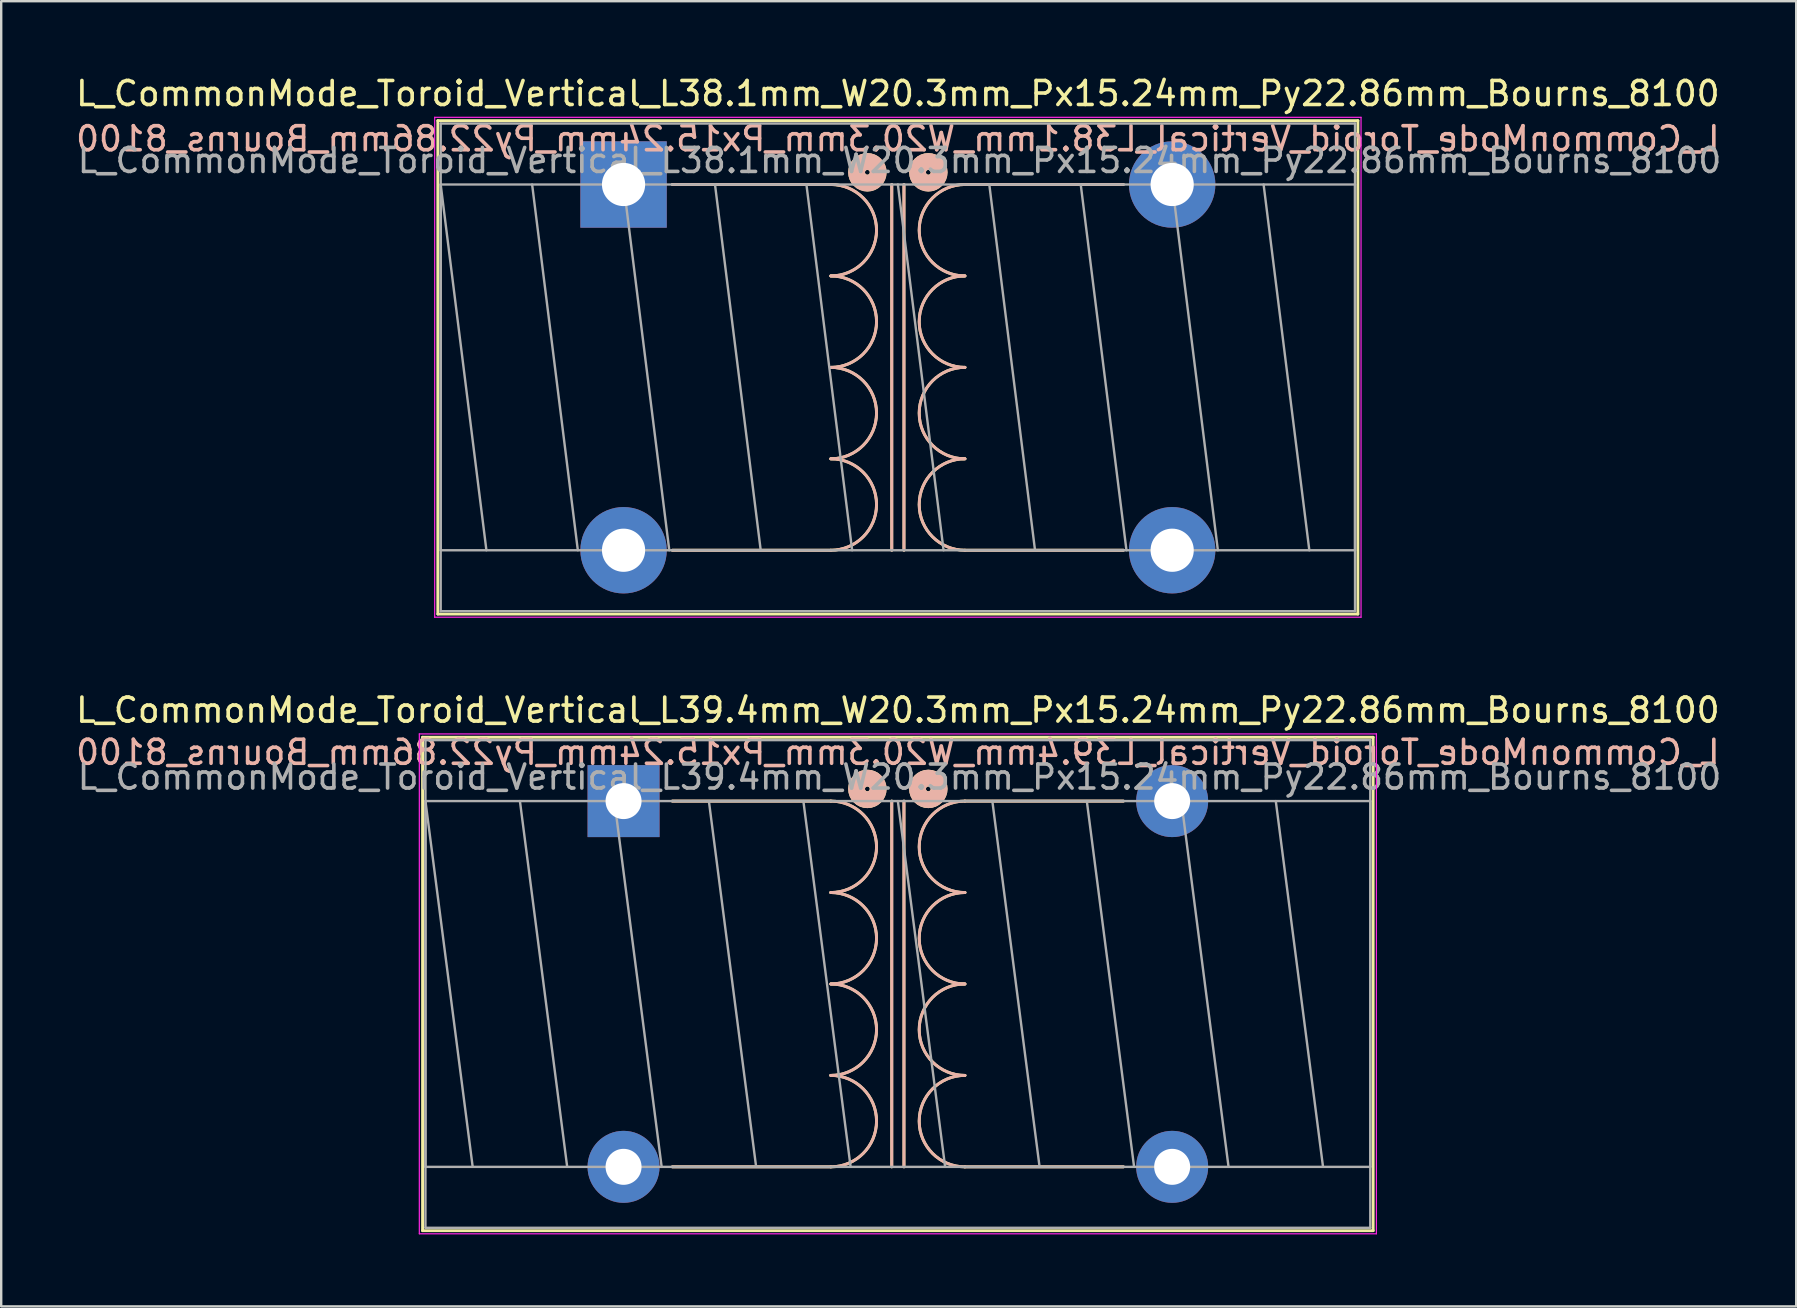
<source format=kicad_pcb>
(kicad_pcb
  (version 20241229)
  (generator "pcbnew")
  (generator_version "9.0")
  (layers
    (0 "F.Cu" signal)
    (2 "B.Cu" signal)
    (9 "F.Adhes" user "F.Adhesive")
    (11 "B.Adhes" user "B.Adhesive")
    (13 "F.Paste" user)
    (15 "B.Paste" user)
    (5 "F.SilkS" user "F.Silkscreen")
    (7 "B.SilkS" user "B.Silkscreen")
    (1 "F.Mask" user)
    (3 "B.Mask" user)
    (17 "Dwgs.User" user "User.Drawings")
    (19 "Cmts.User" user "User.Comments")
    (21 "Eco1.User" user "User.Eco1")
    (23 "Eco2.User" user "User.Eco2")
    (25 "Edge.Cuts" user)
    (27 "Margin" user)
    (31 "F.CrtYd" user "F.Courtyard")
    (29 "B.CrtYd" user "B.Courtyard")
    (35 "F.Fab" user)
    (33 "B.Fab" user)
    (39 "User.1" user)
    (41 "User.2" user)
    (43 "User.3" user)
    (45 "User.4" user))
  (footprint "L_CommonMode_Toroid_Vertical_L38.1mm_W20.3mm_Px15.24mm_Py22.86mm_Bourns_8100"
    (layer "F.Cu")
    (at 22.933 4.638)
    (property "Reference" "L_CommonMode_Toroid_Vertical_L38.1mm_W20.3mm_Px15.24mm_Py22.86mm_Bourns_8100" (at 11.43 -3.79 0) (layer "F.SilkS") (effects (font (size 1 1) (thickness 0.15))))
    (fp_line (start -7.74 -2.66) (end -7.74 17.9) (stroke (width 0.12) (type solid)) (layer "F.SilkS"))
    (fp_line (start -7.74 -2.66) (end 30.6 -2.66) (stroke (width 0.12) (type solid)) (layer "F.SilkS"))
    (fp_line (start -7.74 17.9) (end 30.6 17.9) (stroke (width 0.12) (type solid)) (layer "F.SilkS"))
    (fp_line (start 2.032 0) (end 8.636 0) (stroke (width 0.12) (type solid)) (layer "F.SilkS"))
    (fp_line (start 2.032 15.24) (end 8.636 15.24) (stroke (width 0.12) (type solid)) (layer "F.SilkS"))
    (fp_line (start 11.176 0) (end 11.176 15.24) (stroke (width 0.12) (type solid)) (layer "F.SilkS"))
    (fp_line (start 11.684 15.24) (end 11.684 0) (stroke (width 0.12) (type solid)) (layer "F.SilkS"))
    (fp_line (start 20.828 0) (end 14.224 0) (stroke (width 0.12) (type solid)) (layer "F.SilkS"))
    (fp_line (start 20.828 15.24) (end 14.224 15.24) (stroke (width 0.12) (type solid)) (layer "F.SilkS"))
    (fp_line (start 30.6 -2.66) (end 30.6 17.9) (stroke (width 0.12) (type solid)) (layer "F.SilkS"))
    (fp_arc (start 8.636 0) (mid 10.541 1.905) (end 8.636 3.81) (stroke (width 0.12) (type solid)) (layer "F.SilkS"))
    (fp_arc (start 8.636 3.81) (mid 10.541 5.715) (end 8.636 7.62) (stroke (width 0.12) (type solid)) (layer "F.SilkS"))
    (fp_arc (start 8.636 7.62) (mid 10.541 9.525) (end 8.636 11.43) (stroke (width 0.12) (type solid)) (layer "F.SilkS"))
    (fp_arc (start 8.636 11.43) (mid 10.541 13.335) (end 8.636 15.24) (stroke (width 0.12) (type solid)) (layer "F.SilkS"))
    (fp_arc (start 14.224 3.81) (mid 12.319 1.905) (end 14.224 0) (stroke (width 0.12) (type solid)) (layer "F.SilkS"))
    (fp_arc (start 14.224 7.62) (mid 12.319 5.715) (end 14.224 3.81) (stroke (width 0.12) (type solid)) (layer "F.SilkS"))
    (fp_arc (start 14.224 11.43) (mid 12.319 9.525) (end 14.224 7.62) (stroke (width 0.12) (type solid)) (layer "F.SilkS"))
    (fp_arc (start 14.224 15.24) (mid 12.319 13.335) (end 14.224 11.43) (stroke (width 0.12) (type solid)) (layer "F.SilkS"))
    (fp_circle (center 10.16 -0.508) (end 10.26 -0.508) (stroke (width 0.7) (type solid)) (fill no) (layer "F.SilkS"))
    (fp_circle (center 12.7 -0.508) (end 12.8 -0.508) (stroke (width 0.7) (type solid)) (fill no) (layer "F.SilkS"))
    (fp_line (start 2.032 0) (end 8.636 0) (stroke (width 0.12) (type solid)) (layer "B.SilkS"))
    (fp_line (start 2.032 15.24) (end 8.636 15.24) (stroke (width 0.12) (type solid)) (layer "B.SilkS"))
    (fp_line (start 11.176 15.24) (end 11.176 0) (stroke (width 0.12) (type solid)) (layer "B.SilkS"))
    (fp_line (start 11.684 0) (end 11.684 15.24) (stroke (width 0.12) (type solid)) (layer "B.SilkS"))
    (fp_line (start 20.828 0) (end 14.224 0) (stroke (width 0.12) (type solid)) (layer "B.SilkS"))
    (fp_line (start 20.828 15.24) (end 14.224 15.24) (stroke (width 0.12) (type solid)) (layer "B.SilkS"))
    (fp_arc (start 8.636 0) (mid 10.541 1.905) (end 8.636 3.81) (stroke (width 0.12) (type solid)) (layer "B.SilkS"))
    (fp_arc (start 8.636 3.81) (mid 10.541 5.715) (end 8.636 7.62) (stroke (width 0.12) (type solid)) (layer "B.SilkS"))
    (fp_arc (start 8.636 7.62) (mid 10.541 9.525) (end 8.636 11.43) (stroke (width 0.12) (type solid)) (layer "B.SilkS"))
    (fp_arc (start 8.636 11.43) (mid 10.541 13.335) (end 8.636 15.24) (stroke (width 0.12) (type solid)) (layer "B.SilkS"))
    (fp_arc (start 14.224 3.81) (mid 12.319 1.905) (end 14.224 0) (stroke (width 0.12) (type solid)) (layer "B.SilkS"))
    (fp_arc (start 14.224 7.62) (mid 12.319 5.715) (end 14.224 3.81) (stroke (width 0.12) (type solid)) (layer "B.SilkS"))
    (fp_arc (start 14.224 11.43) (mid 12.319 9.525) (end 14.224 7.62) (stroke (width 0.12) (type solid)) (layer "B.SilkS"))
    (fp_arc (start 14.224 15.24) (mid 12.319 13.335) (end 14.224 11.43) (stroke (width 0.12) (type solid)) (layer "B.SilkS"))
    (fp_circle (center 10.16 -0.508) (end 10.06 -0.508) (stroke (width 0.7) (type solid)) (fill no) (layer "B.SilkS"))
    (fp_circle (center 12.7 -0.508) (end 12.6 -0.508) (stroke (width 0.7) (type solid)) (fill no) (layer "B.SilkS"))
    (fp_line (start -7.87 -2.8) (end -7.87 18.03) (stroke (width 0.05) (type solid)) (layer "F.CrtYd"))
    (fp_line (start -7.87 18.03) (end 30.73 18.03) (stroke (width 0.05) (type solid)) (layer "F.CrtYd"))
    (fp_line (start 30.73 -2.8) (end -7.87 -2.8) (stroke (width 0.05) (type solid)) (layer "F.CrtYd"))
    (fp_line (start 30.73 18.03) (end 30.73 -2.8) (stroke (width 0.05) (type solid)) (layer "F.CrtYd"))
    (fp_line (start -7.62 -2.54) (end -7.62 17.78) (stroke (width 0.1) (type solid)) (layer "F.Fab"))
    (fp_line (start -7.62 0) (end -7.62 15.24) (stroke (width 0.1) (type solid)) (layer "F.Fab"))
    (fp_line (start -7.62 0) (end -5.715 15.24) (stroke (width 0.1) (type solid)) (layer "F.Fab"))
    (fp_line (start -7.62 15.24) (end 30.48 15.24) (stroke (width 0.1) (type solid)) (layer "F.Fab"))
    (fp_line (start -7.62 17.78) (end 30.48 17.78) (stroke (width 0.1) (type solid)) (layer "F.Fab"))
    (fp_line (start -3.81 0) (end -1.905 15.24) (stroke (width 0.1) (type solid)) (layer "F.Fab"))
    (fp_line (start 0 0) (end 1.905 15.24) (stroke (width 0.1) (type solid)) (layer "F.Fab"))
    (fp_line (start 3.81 0) (end 5.715 15.24) (stroke (width 0.1) (type solid)) (layer "F.Fab"))
    (fp_line (start 7.62 0) (end 9.525 15.24) (stroke (width 0.1) (type solid)) (layer "F.Fab"))
    (fp_line (start 11.43 0) (end 13.335 15.24) (stroke (width 0.1) (type solid)) (layer "F.Fab"))
    (fp_line (start 15.24 0) (end 17.145 15.24) (stroke (width 0.1) (type solid)) (layer "F.Fab"))
    (fp_line (start 19.05 0) (end 20.955 15.24) (stroke (width 0.1) (type solid)) (layer "F.Fab"))
    (fp_line (start 22.86 0) (end 24.765 15.24) (stroke (width 0.1) (type solid)) (layer "F.Fab"))
    (fp_line (start 26.67 0) (end 28.575 15.24) (stroke (width 0.1) (type solid)) (layer "F.Fab"))
    (fp_line (start 30.48 -2.54) (end -7.62 -2.54) (stroke (width 0.1) (type solid)) (layer "F.Fab"))
    (fp_line (start 30.48 0) (end -7.62 0) (stroke (width 0.1) (type solid)) (layer "F.Fab"))
    (fp_line (start 30.48 15.24) (end 30.48 0) (stroke (width 0.1) (type solid)) (layer "F.Fab"))
    (fp_line (start 30.48 17.78) (end 30.48 -2.54) (stroke (width 0.1) (type solid)) (layer "F.Fab"))
    (fp_text user "${REFERENCE}" (at 11.43 -1.905 0) (layer "B.SilkS") (effects (font (size 1 1) (thickness 0.15)) (justify mirror)))
    (fp_text user "${REFERENCE}" (at 11.5 -1 0) (layer "F.Fab") (effects (font (size 1 1) (thickness 0.15))))
    (pad "1" thru_hole rect (at 0 0) (size 3.6 3.6) (drill 1.8) (layers "*.Cu" "*.Mask"))
    (pad "2" thru_hole circle (at 0 15.24) (size 3.6 3.6) (drill 1.8) (layers "*.Cu" "*.Mask"))
    (pad "3" thru_hole circle (at 22.86 15.24) (size 3.6 3.6) (drill 1.8) (layers "*.Cu" "*.Mask"))
    (pad "4" thru_hole circle (at 22.86 0) (size 3.6 3.6) (drill 1.8) (layers "*.Cu" "*.Mask")))
  (footprint "L_CommonMode_Toroid_Vertical_L39.4mm_W20.3mm_Px15.24mm_Py22.86mm_Bourns_8100"
    (layer "F.Cu")
    (at 22.933 30.331)
    (property "Reference" "L_CommonMode_Toroid_Vertical_L39.4mm_W20.3mm_Px15.24mm_Py22.86mm_Bourns_8100" (at 11.43 -3.79 0) (layer "F.SilkS") (effects (font (size 1 1) (thickness 0.15))))
    (fp_line (start -8.375 -2.66) (end -8.375 17.9) (stroke (width 0.12) (type solid)) (layer "F.SilkS"))
    (fp_line (start -8.375 -2.66) (end 31.235 -2.66) (stroke (width 0.12) (type solid)) (layer "F.SilkS"))
    (fp_line (start -8.375 17.9) (end 31.235 17.9) (stroke (width 0.12) (type solid)) (layer "F.SilkS"))
    (fp_line (start 2.032 0) (end 8.636 0) (stroke (width 0.12) (type solid)) (layer "F.SilkS"))
    (fp_line (start 2.032 15.24) (end 8.636 15.24) (stroke (width 0.12) (type solid)) (layer "F.SilkS"))
    (fp_line (start 11.176 0) (end 11.176 15.24) (stroke (width 0.12) (type solid)) (layer "F.SilkS"))
    (fp_line (start 11.684 15.24) (end 11.684 0) (stroke (width 0.12) (type solid)) (layer "F.SilkS"))
    (fp_line (start 20.828 0) (end 14.224 0) (stroke (width 0.12) (type solid)) (layer "F.SilkS"))
    (fp_line (start 20.828 15.24) (end 14.224 15.24) (stroke (width 0.12) (type solid)) (layer "F.SilkS"))
    (fp_line (start 31.235 -2.66) (end 31.235 17.9) (stroke (width 0.12) (type solid)) (layer "F.SilkS"))
    (fp_arc (start 8.636 0) (mid 10.541 1.905) (end 8.636 3.81) (stroke (width 0.12) (type solid)) (layer "F.SilkS"))
    (fp_arc (start 8.636 3.81) (mid 10.541 5.715) (end 8.636 7.62) (stroke (width 0.12) (type solid)) (layer "F.SilkS"))
    (fp_arc (start 8.636 7.62) (mid 10.541 9.525) (end 8.636 11.43) (stroke (width 0.12) (type solid)) (layer "F.SilkS"))
    (fp_arc (start 8.636 11.43) (mid 10.541 13.335) (end 8.636 15.24) (stroke (width 0.12) (type solid)) (layer "F.SilkS"))
    (fp_arc (start 14.224 3.81) (mid 12.319 1.905) (end 14.224 0) (stroke (width 0.12) (type solid)) (layer "F.SilkS"))
    (fp_arc (start 14.224 7.62) (mid 12.319 5.715) (end 14.224 3.81) (stroke (width 0.12) (type solid)) (layer "F.SilkS"))
    (fp_arc (start 14.224 11.43) (mid 12.319 9.525) (end 14.224 7.62) (stroke (width 0.12) (type solid)) (layer "F.SilkS"))
    (fp_arc (start 14.224 15.24) (mid 12.319 13.335) (end 14.224 11.43) (stroke (width 0.12) (type solid)) (layer "F.SilkS"))
    (fp_circle (center 10.16 -0.508) (end 10.26 -0.508) (stroke (width 0.7) (type solid)) (fill no) (layer "F.SilkS"))
    (fp_circle (center 12.7 -0.508) (end 12.8 -0.508) (stroke (width 0.7) (type solid)) (fill no) (layer "F.SilkS"))
    (fp_line (start 2.032 0) (end 8.636 0) (stroke (width 0.12) (type solid)) (layer "B.SilkS"))
    (fp_line (start 2.032 15.24) (end 8.636 15.24) (stroke (width 0.12) (type solid)) (layer "B.SilkS"))
    (fp_line (start 11.176 15.24) (end 11.176 0) (stroke (width 0.12) (type solid)) (layer "B.SilkS"))
    (fp_line (start 11.684 0) (end 11.684 15.24) (stroke (width 0.12) (type solid)) (layer "B.SilkS"))
    (fp_line (start 20.828 0) (end 14.224 0) (stroke (width 0.12) (type solid)) (layer "B.SilkS"))
    (fp_line (start 20.828 15.24) (end 14.224 15.24) (stroke (width 0.12) (type solid)) (layer "B.SilkS"))
    (fp_arc (start 8.636 0) (mid 10.541 1.905) (end 8.636 3.81) (stroke (width 0.12) (type solid)) (layer "B.SilkS"))
    (fp_arc (start 8.636 3.81) (mid 10.541 5.715) (end 8.636 7.62) (stroke (width 0.12) (type solid)) (layer "B.SilkS"))
    (fp_arc (start 8.636 7.62) (mid 10.541 9.525) (end 8.636 11.43) (stroke (width 0.12) (type solid)) (layer "B.SilkS"))
    (fp_arc (start 8.636 11.43) (mid 10.541 13.335) (end 8.636 15.24) (stroke (width 0.12) (type solid)) (layer "B.SilkS"))
    (fp_arc (start 14.224 3.81) (mid 12.319 1.905) (end 14.224 0) (stroke (width 0.12) (type solid)) (layer "B.SilkS"))
    (fp_arc (start 14.224 7.62) (mid 12.319 5.715) (end 14.224 3.81) (stroke (width 0.12) (type solid)) (layer "B.SilkS"))
    (fp_arc (start 14.224 11.43) (mid 12.319 9.525) (end 14.224 7.62) (stroke (width 0.12) (type solid)) (layer "B.SilkS"))
    (fp_arc (start 14.224 15.24) (mid 12.319 13.335) (end 14.224 11.43) (stroke (width 0.12) (type solid)) (layer "B.SilkS"))
    (fp_circle (center 10.16 -0.508) (end 10.06 -0.508) (stroke (width 0.7) (type solid)) (fill no) (layer "B.SilkS"))
    (fp_circle (center 12.7 -0.508) (end 12.6 -0.508) (stroke (width 0.7) (type solid)) (fill no) (layer "B.SilkS"))
    (fp_line (start -8.51 -2.8) (end -8.51 18.03) (stroke (width 0.05) (type solid)) (layer "F.CrtYd"))
    (fp_line (start -8.51 18.03) (end 31.37 18.03) (stroke (width 0.05) (type solid)) (layer "F.CrtYd"))
    (fp_line (start 31.37 -2.8) (end -8.51 -2.8) (stroke (width 0.05) (type solid)) (layer "F.CrtYd"))
    (fp_line (start 31.37 18.03) (end 31.37 -2.8) (stroke (width 0.05) (type solid)) (layer "F.CrtYd"))
    (fp_line (start -8.255 -2.54) (end -8.255 17.78) (stroke (width 0.1) (type solid)) (layer "F.Fab"))
    (fp_line (start -8.255 0) (end -8.255 15.24) (stroke (width 0.1) (type solid)) (layer "F.Fab"))
    (fp_line (start -8.255 0) (end -6.287 15.24) (stroke (width 0.1) (type solid)) (layer "F.Fab"))
    (fp_line (start -8.255 15.24) (end 31.115 15.24) (stroke (width 0.1) (type solid)) (layer "F.Fab"))
    (fp_line (start -8.255 17.78) (end 31.115 17.78) (stroke (width 0.1) (type solid)) (layer "F.Fab"))
    (fp_line (start -4.318 0) (end -2.349 15.24) (stroke (width 0.1) (type solid)) (layer "F.Fab"))
    (fp_line (start -0.381 0) (end 1.587 15.24) (stroke (width 0.1) (type solid)) (layer "F.Fab"))
    (fp_line (start 3.556 0) (end 5.524 15.24) (stroke (width 0.1) (type solid)) (layer "F.Fab"))
    (fp_line (start 7.493 0) (end 9.461 15.24) (stroke (width 0.1) (type solid)) (layer "F.Fab"))
    (fp_line (start 11.43 0) (end 13.399 15.24) (stroke (width 0.1) (type solid)) (layer "F.Fab"))
    (fp_line (start 15.367 0) (end 17.335 15.24) (stroke (width 0.1) (type solid)) (layer "F.Fab"))
    (fp_line (start 19.304 0) (end 21.273 15.24) (stroke (width 0.1) (type solid)) (layer "F.Fab"))
    (fp_line (start 23.241 0) (end 25.209 15.24) (stroke (width 0.1) (type solid)) (layer "F.Fab"))
    (fp_line (start 27.178 0) (end 29.146 15.24) (stroke (width 0.1) (type solid)) (layer "F.Fab"))
    (fp_line (start 31.115 -2.54) (end -8.255 -2.54) (stroke (width 0.1) (type solid)) (layer "F.Fab"))
    (fp_line (start 31.115 0) (end -8.255 0) (stroke (width 0.1) (type solid)) (layer "F.Fab"))
    (fp_line (start 31.115 15.24) (end 31.115 0) (stroke (width 0.1) (type solid)) (layer "F.Fab"))
    (fp_line (start 31.115 17.78) (end 31.115 -2.54) (stroke (width 0.1) (type solid)) (layer "F.Fab"))
    (fp_text user "${REFERENCE}" (at 11.43 -2.032 0) (layer "B.SilkS") (effects (font (size 1 1) (thickness 0.15)) (justify mirror)))
    (fp_text user "${REFERENCE}" (at 11.5 -1 0) (layer "F.Fab") (effects (font (size 1 1) (thickness 0.15))))
    (pad "1" thru_hole rect (at 0 0) (size 3 3) (drill 1.5) (layers "*.Cu" "*.Mask"))
    (pad "2" thru_hole circle (at 0 15.24) (size 3 3) (drill 1.5) (layers "*.Cu" "*.Mask"))
    (pad "3" thru_hole circle (at 22.86 15.24) (size 3 3) (drill 1.5) (layers "*.Cu" "*.Mask"))
    (pad "4" thru_hole circle (at 22.86 0) (size 3 3) (drill 1.5) (layers "*.Cu" "*.Mask")))
  (gr_rect
    (start -3 -3)
    (end 71.796 51.386)
    (stroke (width 0.1) (type default))
    (fill no)
    (layer "Edge.Cuts")))
</source>
